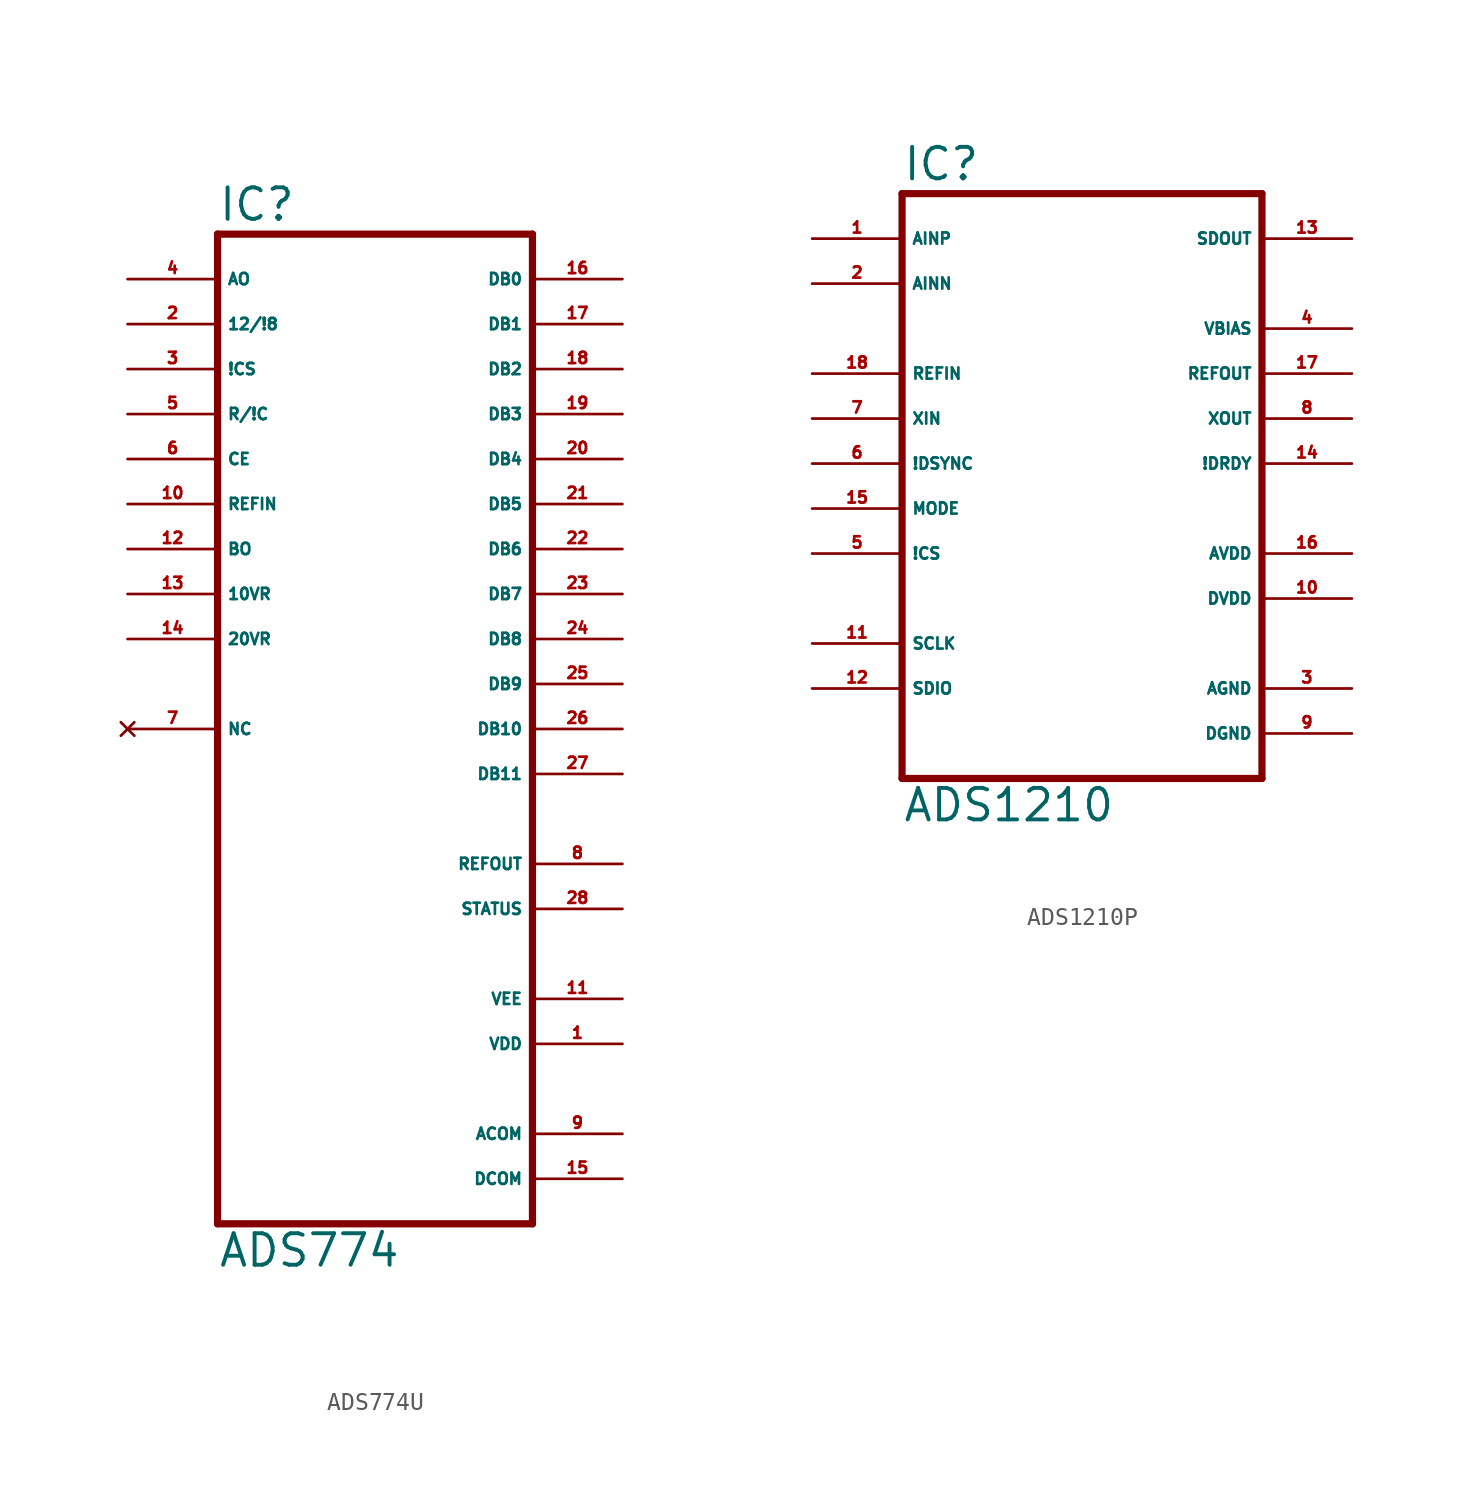
<source format=kicad_sym>
(kicad_symbol_lib
  (version 20220914)
  (generator Eagle2Kicad)
  (symbol "ADS774U"
    (property "Reference" "IC"
      (at -7.62 28.575 0)
      (effects (font (size 1.778 1.778) (thickness 0.22)) (justify left bottom)))
    (property "Value" "ADS774"
      (at -7.62 -30.48 0)
      (effects (font (size 1.778 1.778) (thickness 0.22)) (justify left bottom)))
    (polyline
      (pts (xy 10.16 -27.94) (xy -7.62 -27.94))
      (stroke (width 0.406) (type default))
      (fill (type none)))
    (polyline
      (pts (xy -7.62 -27.94) (xy -7.62 27.94))
      (stroke (width 0.406) (type default))
      (fill (type none)))
    (polyline
      (pts (xy -7.62 27.94) (xy 10.16 27.94))
      (stroke (width 0.406) (type default))
      (fill (type none)))
    (polyline
      (pts (xy 10.16 27.94) (xy 10.16 -27.94))
      (stroke (width 0.406) (type default))
      (fill (type none)))
    (pin output line
      (at 15.24 25.4 180)
      (length 5.08)
      (name "DB0" (effects (font (size 0.635 0.635) (thickness 0.08)) (justify left bottom)))
      (number "16" (effects (font (size 0.635 0.635) (thickness 0.08)) (justify left bottom))))
    (pin output line
      (at 15.24 22.86 180)
      (length 5.08)
      (name "DB1" (effects (font (size 0.635 0.635) (thickness 0.08)) (justify left bottom)))
      (number "17" (effects (font (size 0.635 0.635) (thickness 0.08)) (justify left bottom))))
    (pin output line
      (at 15.24 20.32 180)
      (length 5.08)
      (name "DB2" (effects (font (size 0.635 0.635) (thickness 0.08)) (justify left bottom)))
      (number "18" (effects (font (size 0.635 0.635) (thickness 0.08)) (justify left bottom))))
    (pin output line
      (at 15.24 17.78 180)
      (length 5.08)
      (name "DB3" (effects (font (size 0.635 0.635) (thickness 0.08)) (justify left bottom)))
      (number "19" (effects (font (size 0.635 0.635) (thickness 0.08)) (justify left bottom))))
    (pin output line
      (at 15.24 15.24 180)
      (length 5.08)
      (name "DB4" (effects (font (size 0.635 0.635) (thickness 0.08)) (justify left bottom)))
      (number "20" (effects (font (size 0.635 0.635) (thickness 0.08)) (justify left bottom))))
    (pin output line
      (at 15.24 12.7 180)
      (length 5.08)
      (name "DB5" (effects (font (size 0.635 0.635) (thickness 0.08)) (justify left bottom)))
      (number "21" (effects (font (size 0.635 0.635) (thickness 0.08)) (justify left bottom))))
    (pin output line
      (at 15.24 10.16 180)
      (length 5.08)
      (name "DB6" (effects (font (size 0.635 0.635) (thickness 0.08)) (justify left bottom)))
      (number "22" (effects (font (size 0.635 0.635) (thickness 0.08)) (justify left bottom))))
    (pin output line
      (at 15.24 7.62 180)
      (length 5.08)
      (name "DB7" (effects (font (size 0.635 0.635) (thickness 0.08)) (justify left bottom)))
      (number "23" (effects (font (size 0.635 0.635) (thickness 0.08)) (justify left bottom))))
    (pin output line
      (at 15.24 5.08 180)
      (length 5.08)
      (name "DB8" (effects (font (size 0.635 0.635) (thickness 0.08)) (justify left bottom)))
      (number "24" (effects (font (size 0.635 0.635) (thickness 0.08)) (justify left bottom))))
    (pin output line
      (at 15.24 2.54 180)
      (length 5.08)
      (name "DB9" (effects (font (size 0.635 0.635) (thickness 0.08)) (justify left bottom)))
      (number "25" (effects (font (size 0.635 0.635) (thickness 0.08)) (justify left bottom))))
    (pin output line
      (at 15.24 0 180)
      (length 5.08)
      (name "DB10" (effects (font (size 0.635 0.635) (thickness 0.08)) (justify left bottom)))
      (number "26" (effects (font (size 0.635 0.635) (thickness 0.08)) (justify left bottom))))
    (pin output line
      (at 15.24 -2.54 180)
      (length 5.08)
      (name "DB11" (effects (font (size 0.635 0.635) (thickness 0.08)) (justify left bottom)))
      (number "27" (effects (font (size 0.635 0.635) (thickness 0.08)) (justify left bottom))))
    (pin no_connect line
      (at -12.7 0 0)
      (length 5.08)
      (name "NC" (effects (font (size 0.635 0.635) (thickness 0.08)) (justify left bottom) hide))
      (number "7" (effects (font (size 0.635 0.635) (thickness 0.08)) (justify left bottom) hide)))
    (pin input line
      (at -12.7 15.24 0)
      (length 5.08)
      (name "CE" (effects (font (size 0.635 0.635) (thickness 0.08)) (justify left bottom)))
      (number "6" (effects (font (size 0.635 0.635) (thickness 0.08)) (justify left bottom))))
    (pin input line
      (at -12.7 12.7 0)
      (length 5.08)
      (name "REFIN" (effects (font (size 0.635 0.635) (thickness 0.08)) (justify left bottom)))
      (number "10" (effects (font (size 0.635 0.635) (thickness 0.08)) (justify left bottom))))
    (pin input line
      (at -12.7 10.16 0)
      (length 5.08)
      (name "BO" (effects (font (size 0.635 0.635) (thickness 0.08)) (justify left bottom)))
      (number "12" (effects (font (size 0.635 0.635) (thickness 0.08)) (justify left bottom))))
    (pin input line
      (at -12.7 7.62 0)
      (length 5.08)
      (name "10VR" (effects (font (size 0.635 0.635) (thickness 0.08)) (justify left bottom)))
      (number "13" (effects (font (size 0.635 0.635) (thickness 0.08)) (justify left bottom))))
    (pin input line
      (at -12.7 5.08 0)
      (length 5.08)
      (name "20VR" (effects (font (size 0.635 0.635) (thickness 0.08)) (justify left bottom)))
      (number "14" (effects (font (size 0.635 0.635) (thickness 0.08)) (justify left bottom))))
    (pin output line
      (at 15.24 -10.16 180)
      (length 5.08)
      (name "STATUS" (effects (font (size 0.635 0.635) (thickness 0.08)) (justify left bottom)))
      (number "28" (effects (font (size 0.635 0.635) (thickness 0.08)) (justify left bottom))))
    (pin input line
      (at -12.7 17.78 0)
      (length 5.08)
      (name "R/!C" (effects (font (size 0.635 0.635) (thickness 0.08)) (justify left bottom)))
      (number "5" (effects (font (size 0.635 0.635) (thickness 0.08)) (justify left bottom))))
    (pin input line
      (at -12.7 20.32 0)
      (length 5.08)
      (name "!CS" (effects (font (size 0.635 0.635) (thickness 0.08)) (justify left bottom)))
      (number "3" (effects (font (size 0.635 0.635) (thickness 0.08)) (justify left bottom))))
    (pin input line
      (at -12.7 25.4 0)
      (length 5.08)
      (name "AO" (effects (font (size 0.635 0.635) (thickness 0.08)) (justify left bottom)))
      (number "4" (effects (font (size 0.635 0.635) (thickness 0.08)) (justify left bottom))))
    (pin input line
      (at -12.7 22.86 0)
      (length 5.08)
      (name "12/!8" (effects (font (size 0.635 0.635) (thickness 0.08)) (justify left bottom)))
      (number "2" (effects (font (size 0.635 0.635) (thickness 0.08)) (justify left bottom))))
    (pin output line
      (at 15.24 -7.62 180)
      (length 5.08)
      (name "REFOUT" (effects (font (size 0.635 0.635) (thickness 0.08)) (justify left bottom)))
      (number "8" (effects (font (size 0.635 0.635) (thickness 0.08)) (justify left bottom))))
    (pin unspecified line
      (at 15.24 -15.24 180)
      (length 5.08)
      (name "VEE" (effects (font (size 0.635 0.635) (thickness 0.08)) (justify left bottom)))
      (number "11" (effects (font (size 0.635 0.635) (thickness 0.08)) (justify left bottom))))
    (pin unspecified line
      (at 15.24 -17.78 180)
      (length 5.08)
      (name "VDD" (effects (font (size 0.635 0.635) (thickness 0.08)) (justify left bottom)))
      (number "1" (effects (font (size 0.635 0.635) (thickness 0.08)) (justify left bottom))))
    (pin unspecified line
      (at 15.24 -22.86 180)
      (length 5.08)
      (name "ACOM" (effects (font (size 0.635 0.635) (thickness 0.08)) (justify left bottom)))
      (number "9" (effects (font (size 0.635 0.635) (thickness 0.08)) (justify left bottom))))
    (pin unspecified line
      (at 15.24 -25.4 180)
      (length 5.08)
      (name "DCOM" (effects (font (size 0.635 0.635) (thickness 0.08)) (justify left bottom)))
      (number "15" (effects (font (size 0.635 0.635) (thickness 0.08)) (justify left bottom)))))
  (symbol "ADS1210P"
    (property "Reference" "IC"
      (at -10.16 15.875 0)
      (effects (font (size 1.778 1.778) (thickness 0.22)) (justify left bottom)))
    (property "Value" "ADS1210"
      (at -10.16 -20.32 0)
      (effects (font (size 1.778 1.778) (thickness 0.22)) (justify left bottom)))
    (polyline
      (pts (xy -10.16 -17.78) (xy 10.16 -17.78))
      (stroke (width 0.406) (type default))
      (fill (type none)))
    (polyline
      (pts (xy 10.16 -17.78) (xy 10.16 15.24))
      (stroke (width 0.406) (type default))
      (fill (type none)))
    (polyline
      (pts (xy 10.16 15.24) (xy -10.16 15.24))
      (stroke (width 0.406) (type default))
      (fill (type none)))
    (polyline
      (pts (xy -10.16 15.24) (xy -10.16 -17.78))
      (stroke (width 0.406) (type default))
      (fill (type none)))
    (pin input line
      (at -15.24 12.7 0)
      (length 5.08)
      (name "AINP" (effects (font (size 0.635 0.635) (thickness 0.08)) (justify left bottom)))
      (number "1" (effects (font (size 0.635 0.635) (thickness 0.08)) (justify left bottom))))
    (pin input line
      (at -15.24 10.16 0)
      (length 5.08)
      (name "AINN" (effects (font (size 0.635 0.635) (thickness 0.08)) (justify left bottom)))
      (number "2" (effects (font (size 0.635 0.635) (thickness 0.08)) (justify left bottom))))
    (pin input line
      (at -15.24 -5.08 0)
      (length 5.08)
      (name "!CS" (effects (font (size 0.635 0.635) (thickness 0.08)) (justify left bottom)))
      (number "5" (effects (font (size 0.635 0.635) (thickness 0.08)) (justify left bottom))))
    (pin input line
      (at -15.24 0 0)
      (length 5.08)
      (name "!DSYNC" (effects (font (size 0.635 0.635) (thickness 0.08)) (justify left bottom)))
      (number "6" (effects (font (size 0.635 0.635) (thickness 0.08)) (justify left bottom))))
    (pin input line
      (at -15.24 2.54 0)
      (length 5.08)
      (name "XIN" (effects (font (size 0.635 0.635) (thickness 0.08)) (justify left bottom)))
      (number "7" (effects (font (size 0.635 0.635) (thickness 0.08)) (justify left bottom))))
    (pin input line
      (at -15.24 -2.54 0)
      (length 5.08)
      (name "MODE" (effects (font (size 0.635 0.635) (thickness 0.08)) (justify left bottom)))
      (number "15" (effects (font (size 0.635 0.635) (thickness 0.08)) (justify left bottom))))
    (pin input line
      (at -15.24 5.08 0)
      (length 5.08)
      (name "REFIN" (effects (font (size 0.635 0.635) (thickness 0.08)) (justify left bottom)))
      (number "18" (effects (font (size 0.635 0.635) (thickness 0.08)) (justify left bottom))))
    (pin bidirectional line
      (at -15.24 -10.16 0)
      (length 5.08)
      (name "SCLK" (effects (font (size 0.635 0.635) (thickness 0.08)) (justify left bottom)))
      (number "11" (effects (font (size 0.635 0.635) (thickness 0.08)) (justify left bottom))))
    (pin bidirectional line
      (at -15.24 -12.7 0)
      (length 5.08)
      (name "SDIO" (effects (font (size 0.635 0.635) (thickness 0.08)) (justify left bottom)))
      (number "12" (effects (font (size 0.635 0.635) (thickness 0.08)) (justify left bottom))))
    (pin output line
      (at 15.24 7.62 180)
      (length 5.08)
      (name "VBIAS" (effects (font (size 0.635 0.635) (thickness 0.08)) (justify left bottom)))
      (number "4" (effects (font (size 0.635 0.635) (thickness 0.08)) (justify left bottom))))
    (pin output line
      (at 15.24 2.54 180)
      (length 5.08)
      (name "XOUT" (effects (font (size 0.635 0.635) (thickness 0.08)) (justify left bottom)))
      (number "8" (effects (font (size 0.635 0.635) (thickness 0.08)) (justify left bottom))))
    (pin output line
      (at 15.24 12.7 180)
      (length 5.08)
      (name "SDOUT" (effects (font (size 0.635 0.635) (thickness 0.08)) (justify left bottom)))
      (number "13" (effects (font (size 0.635 0.635) (thickness 0.08)) (justify left bottom))))
    (pin output line
      (at 15.24 5.08 180)
      (length 5.08)
      (name "REFOUT" (effects (font (size 0.635 0.635) (thickness 0.08)) (justify left bottom)))
      (number "17" (effects (font (size 0.635 0.635) (thickness 0.08)) (justify left bottom))))
    (pin unspecified line
      (at 15.24 -15.24 180)
      (length 5.08)
      (name "DGND" (effects (font (size 0.635 0.635) (thickness 0.08)) (justify left bottom)))
      (number "9" (effects (font (size 0.635 0.635) (thickness 0.08)) (justify left bottom))))
    (pin unspecified line
      (at 15.24 -12.7 180)
      (length 5.08)
      (name "AGND" (effects (font (size 0.635 0.635) (thickness 0.08)) (justify left bottom)))
      (number "3" (effects (font (size 0.635 0.635) (thickness 0.08)) (justify left bottom))))
    (pin unspecified line
      (at 15.24 -7.62 180)
      (length 5.08)
      (name "DVDD" (effects (font (size 0.635 0.635) (thickness 0.08)) (justify left bottom)))
      (number "10" (effects (font (size 0.635 0.635) (thickness 0.08)) (justify left bottom))))
    (pin unspecified line
      (at 15.24 -5.08 180)
      (length 5.08)
      (name "AVDD" (effects (font (size 0.635 0.635) (thickness 0.08)) (justify left bottom)))
      (number "16" (effects (font (size 0.635 0.635) (thickness 0.08)) (justify left bottom))))
    (pin output line
      (at 15.24 0 180)
      (length 5.08)
      (name "!DRDY" (effects (font (size 0.635 0.635) (thickness 0.08)) (justify left bottom)))
      (number "14" (effects (font (size 0.635 0.635) (thickness 0.08)) (justify left bottom))))))
</source>
